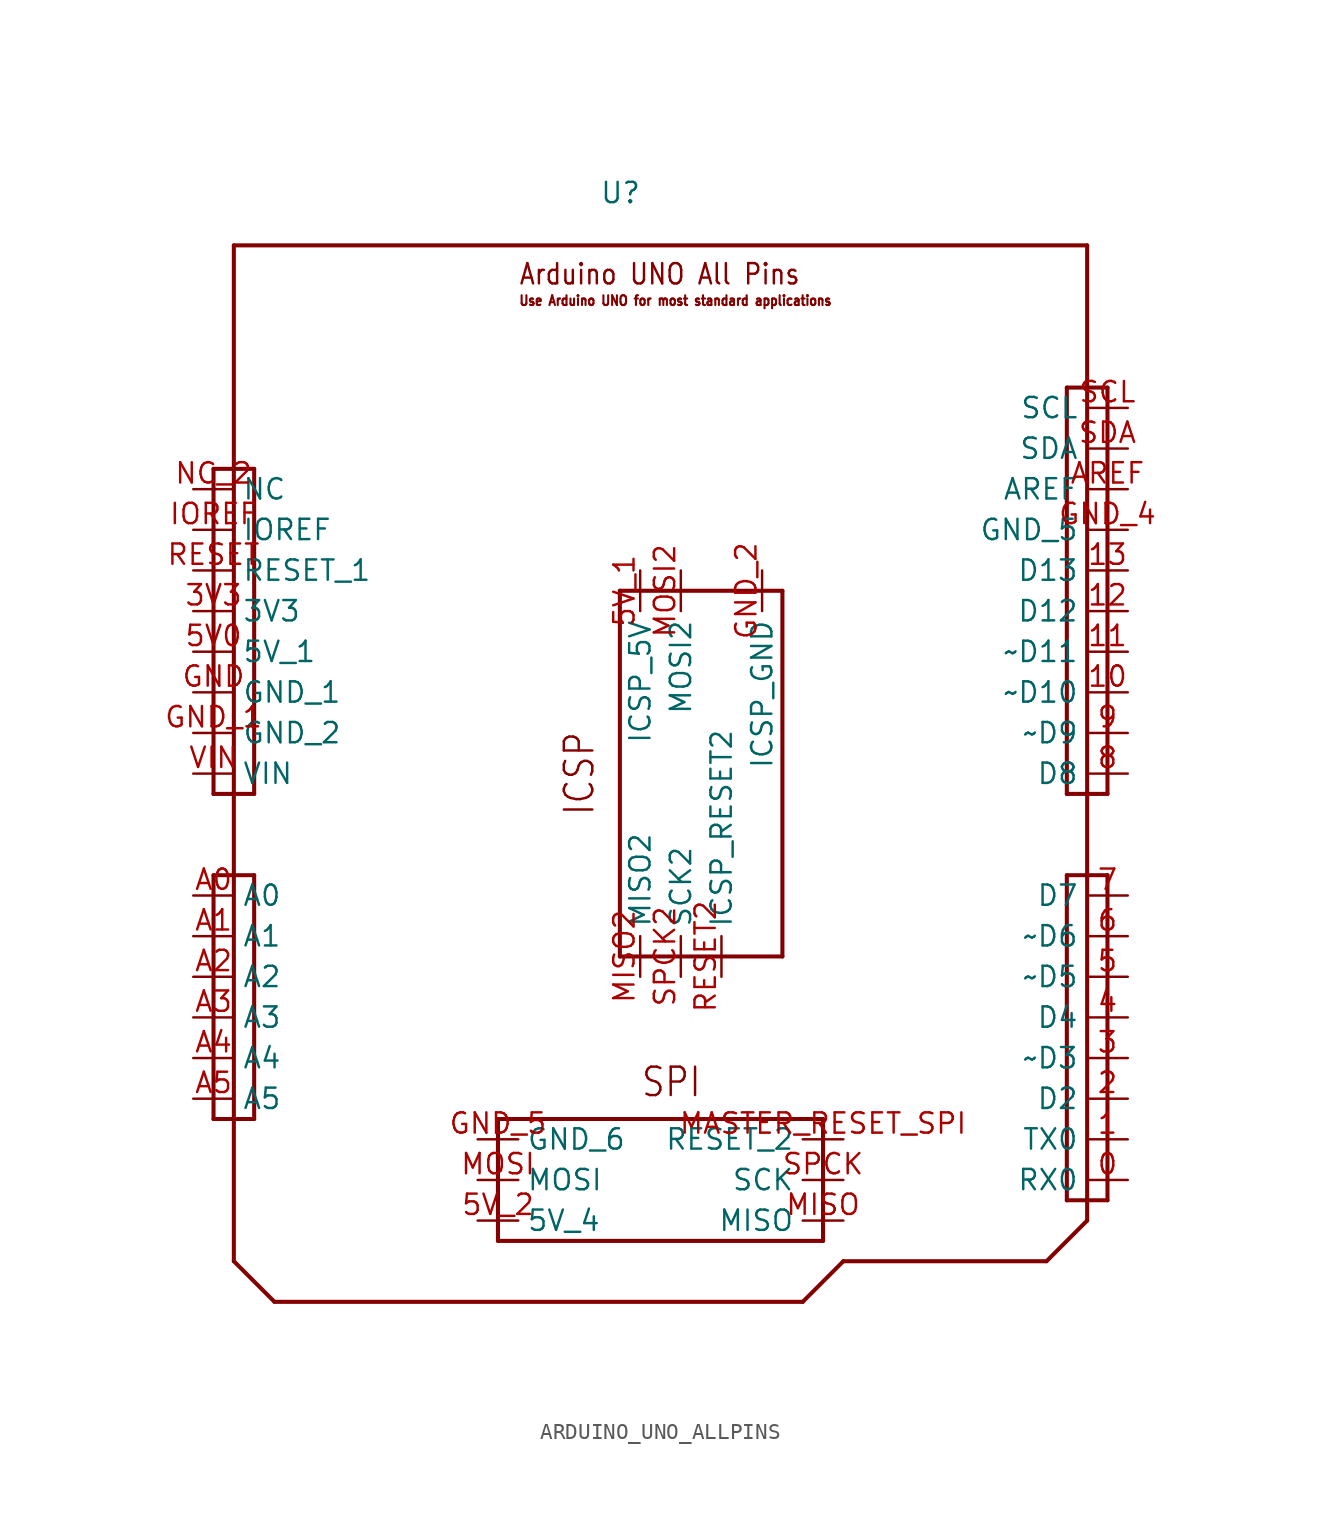
<source format=kicad_sym>
(kicad_symbol_lib
  (version 20211014)
  (generator kicad_symbol_editor)
  (symbol "ARDUINO_UNO_ALLPINS"
    (pin_names)
    (property "Reference" "U"
      (at 22.86 2.54 0)
      (effects (font (size 1.27 1.27)) (justify left bottom)))
    (property "Datasheet" ""
      (at 0 0 0))
    (property "ki_description" "https://content.arduino.cc/assets/Pinout-UNOrev3_latest.pdf?_gl=1*1jrqfnx*_ga*Mzk2NjQ1OTcxLjE2NDM5MTY1NTQ.*_ga_NEXN8H46L5*MTY0NDM0OTcxMy42LjEuMTY0NDM0OTcxNi4w "
      (at 0 0 0))
    (property "ki_fp_filters" "FlashPCB_DevBoards:ARDUINO_UNO_ALLPINS FlashPCB_DevBoards:ARDUINO_UNO_SHIELD_ALLPINS"
      (at 0 0 0))
    (symbol "ARDUINO_UNO_ALLPINS_1_1"
      (text "Arduino UNO All Pins" (at 17.78 -2.54 0) (effects (font (size 1.27 1.086)) (justify left bottom)))
      (text "SPI" (at 25.4 -53.34 0) (effects (font (size 1.778 1.52)) (justify left bottom)))
      (text "ICSP" (at 21.59 -33.02 900) (effects (font (size 1.778 1.52))))
      (text "Use Arduino UNO for most standard applications" (at 17.78 -3.81 0) (effects (font (size 0.61 0.521)) (justify left bottom)))
      (polyline (pts (xy -1.27 -39.37) (xy 1.27 -39.37)) (stroke (width 0.254)) (fill (type none)))
      (polyline (pts (xy 1.27 -39.37) (xy 1.27 -54.61)) (stroke (width 0.254)) (fill (type none)))
      (polyline (pts (xy 1.27 -54.61) (xy -1.27 -54.61)) (stroke (width 0.254)) (fill (type none)))
      (polyline (pts (xy -1.27 -54.61) (xy -1.27 -39.37)) (stroke (width 0.254)) (fill (type none)))
      (polyline (pts (xy 52.07 -39.37) (xy 54.61 -39.37)) (stroke (width 0.254)) (fill (type none)))
      (polyline (pts (xy 54.61 -39.37) (xy 54.61 -59.69)) (stroke (width 0.254)) (fill (type none)))
      (polyline (pts (xy 54.61 -59.69) (xy 52.07 -59.69)) (stroke (width 0.254)) (fill (type none)))
      (polyline (pts (xy 52.07 -59.69) (xy 52.07 -39.37)) (stroke (width 0.254)) (fill (type none)))
      (polyline (pts (xy -1.27 -13.97) (xy 1.27 -13.97)) (stroke (width 0.254)) (fill (type none)))
      (polyline (pts (xy 1.27 -13.97) (xy 1.27 -34.29)) (stroke (width 0.254)) (fill (type none)))
      (polyline (pts (xy 1.27 -34.29) (xy -1.27 -34.29)) (stroke (width 0.254)) (fill (type none)))
      (polyline (pts (xy -1.27 -34.29) (xy -1.27 -13.97)) (stroke (width 0.254)) (fill (type none)))
      (polyline (pts (xy 52.07 -8.89) (xy 54.61 -8.89)) (stroke (width 0.254)) (fill (type none)))
      (polyline (pts (xy 54.61 -8.89) (xy 54.61 -34.29)) (stroke (width 0.254)) (fill (type none)))
      (polyline (pts (xy 54.61 -34.29) (xy 52.07 -34.29)) (stroke (width 0.254)) (fill (type none)))
      (polyline (pts (xy 52.07 -34.29) (xy 52.07 -8.89)) (stroke (width 0.254)) (fill (type none)))
      (polyline (pts (xy 36.83 -54.61) (xy 36.83 -62.23)) (stroke (width 0.254)) (fill (type none)))
      (polyline (pts (xy 36.83 -62.23) (xy 16.51 -62.23)) (stroke (width 0.254)) (fill (type none)))
      (polyline (pts (xy 16.51 -62.23) (xy 16.51 -54.61)) (stroke (width 0.254)) (fill (type none)))
      (polyline (pts (xy 16.51 -54.61) (xy 36.83 -54.61)) (stroke (width 0.254)) (fill (type none)))
      (polyline (pts (xy 24.13 -21.59) (xy 34.29 -21.59)) (stroke (width 0.254)) (fill (type none)))
      (polyline (pts (xy 34.29 -21.59) (xy 34.29 -44.45)) (stroke (width 0.254)) (fill (type none)))
      (polyline (pts (xy 34.29 -44.45) (xy 24.13 -44.45)) (stroke (width 0.254)) (fill (type none)))
      (polyline (pts (xy 24.13 -44.45) (xy 24.13 -21.59)) (stroke (width 0.254)) (fill (type none)))
      (polyline (pts (xy 0 0) (xy 53.34 0)) (stroke (width 0.254)) (fill (type none)))
      (polyline (pts (xy 53.34 0) (xy 53.34 -60.96)) (stroke (width 0.254)) (fill (type none)))
      (polyline (pts (xy 53.34 -60.96) (xy 50.8 -63.5)) (stroke (width 0.254)) (fill (type none)))
      (polyline (pts (xy 50.8 -63.5) (xy 38.1 -63.5)) (stroke (width 0.254)) (fill (type none)))
      (polyline (pts (xy 38.1 -63.5) (xy 35.56 -66.04)) (stroke (width 0.254)) (fill (type none)))
      (polyline (pts (xy 35.56 -66.04) (xy 2.54 -66.04)) (stroke (width 0.254)) (fill (type none)))
      (polyline (pts (xy 2.54 -66.04) (xy 0 -63.5)) (stroke (width 0.254)) (fill (type none)))
      (polyline (pts (xy 0 -63.5) (xy 0 0)) (stroke (width 0.254)) (fill (type none)))
      (pin bidirectional line (at -2.54 -15.24 0) (length 2.54) (name "NC" (effects (font (size 1.27 1.27)))) (number "NC_2" (effects (font (size 1.27 1.27)))))
      (pin bidirectional line (at -2.54 -17.78 0) (length 2.54) (name "IOREF" (effects (font (size 1.27 1.27)))) (number "IOREF" (effects (font (size 1.27 1.27)))))
      (pin bidirectional line (at -2.54 -20.32 0) (length 2.54) (name "RESET_1" (effects (font (size 1.27 1.27)))) (number "RESET" (effects (font (size 1.27 1.27)))))
      (pin bidirectional line (at -2.54 -22.86 0) (length 2.54) (name "3V3" (effects (font (size 1.27 1.27)))) (number "3V3" (effects (font (size 1.27 1.27)))))
      (pin bidirectional line (at -2.54 -25.4 0) (length 2.54) (name "5V_1" (effects (font (size 1.27 1.27)))) (number "5V0" (effects (font (size 1.27 1.27)))))
      (pin bidirectional line (at -2.54 -27.94 0) (length 2.54) (name "GND_1" (effects (font (size 1.27 1.27)))) (number "GND" (effects (font (size 1.27 1.27)))))
      (pin bidirectional line (at -2.54 -30.48 0) (length 2.54) (name "GND_2" (effects (font (size 1.27 1.27)))) (number "GND_1" (effects (font (size 1.27 1.27)))))
      (pin bidirectional line (at -2.54 -33.02 0) (length 2.54) (name "VIN" (effects (font (size 1.27 1.27)))) (number "VIN" (effects (font (size 1.27 1.27)))))
      (pin bidirectional line (at -2.54 -40.64 0) (length 2.54) (name "A0" (effects (font (size 1.27 1.27)))) (number "A0" (effects (font (size 1.27 1.27)))))
      (pin bidirectional line (at -2.54 -43.18 0) (length 2.54) (name "A1" (effects (font (size 1.27 1.27)))) (number "A1" (effects (font (size 1.27 1.27)))))
      (pin bidirectional line (at -2.54 -45.72 0) (length 2.54) (name "A2" (effects (font (size 1.27 1.27)))) (number "A2" (effects (font (size 1.27 1.27)))))
      (pin bidirectional line (at -2.54 -48.26 0) (length 2.54) (name "A3" (effects (font (size 1.27 1.27)))) (number "A3" (effects (font (size 1.27 1.27)))))
      (pin bidirectional line (at -2.54 -50.8 0) (length 2.54) (name "A4" (effects (font (size 1.27 1.27)))) (number "A4" (effects (font (size 1.27 1.27)))))
      (pin bidirectional line (at -2.54 -53.34 0) (length 2.54) (name "A5" (effects (font (size 1.27 1.27)))) (number "A5" (effects (font (size 1.27 1.27)))))
      (pin bidirectional line (at 55.88 -58.42 180) (length 2.54) (name "RX0" (effects (font (size 1.27 1.27)))) (number "0" (effects (font (size 1.27 1.27)))))
      (pin bidirectional line (at 55.88 -55.88 180) (length 2.54) (name "TX0" (effects (font (size 1.27 1.27)))) (number "1" (effects (font (size 1.27 1.27)))))
      (pin bidirectional line (at 55.88 -53.34 180) (length 2.54) (name "D2" (effects (font (size 1.27 1.27)))) (number "2" (effects (font (size 1.27 1.27)))))
      (pin bidirectional line (at 55.88 -50.8 180) (length 2.54) (name "~D3" (effects (font (size 1.27 1.27)))) (number "3" (effects (font (size 1.27 1.27)))))
      (pin bidirectional line (at 55.88 -48.26 180) (length 2.54) (name "D4" (effects (font (size 1.27 1.27)))) (number "4" (effects (font (size 1.27 1.27)))))
      (pin bidirectional line (at 55.88 -45.72 180) (length 2.54) (name "~D5" (effects (font (size 1.27 1.27)))) (number "5" (effects (font (size 1.27 1.27)))))
      (pin bidirectional line (at 55.88 -43.18 180) (length 2.54) (name "~D6" (effects (font (size 1.27 1.27)))) (number "6" (effects (font (size 1.27 1.27)))))
      (pin bidirectional line (at 55.88 -40.64 180) (length 2.54) (name "D7" (effects (font (size 1.27 1.27)))) (number "7" (effects (font (size 1.27 1.27)))))
      (pin bidirectional line (at 55.88 -33.02 180) (length 2.54) (name "D8" (effects (font (size 1.27 1.27)))) (number "8" (effects (font (size 1.27 1.27)))))
      (pin bidirectional line (at 55.88 -30.48 180) (length 2.54) (name "~D9" (effects (font (size 1.27 1.27)))) (number "9" (effects (font (size 1.27 1.27)))))
      (pin bidirectional line (at 55.88 -27.94 180) (length 2.54) (name "~D10" (effects (font (size 1.27 1.27)))) (number "10" (effects (font (size 1.27 1.27)))))
      (pin bidirectional line (at 55.88 -25.4 180) (length 2.54) (name "~D11" (effects (font (size 1.27 1.27)))) (number "11" (effects (font (size 1.27 1.27)))))
      (pin bidirectional line (at 55.88 -22.86 180) (length 2.54) (name "D12" (effects (font (size 1.27 1.27)))) (number "12" (effects (font (size 1.27 1.27)))))
      (pin bidirectional line (at 55.88 -20.32 180) (length 2.54) (name "D13" (effects (font (size 1.27 1.27)))) (number "13" (effects (font (size 1.27 1.27)))))
      (pin bidirectional line (at 55.88 -17.78 180) (length 2.54) (name "GND_5" (effects (font (size 1.27 1.27)))) (number "GND_4" (effects (font (size 1.27 1.27)))))
      (pin bidirectional line (at 55.88 -15.24 180) (length 2.54) (name "AREF" (effects (font (size 1.27 1.27)))) (number "AREF" (effects (font (size 1.27 1.27)))))
      (pin bidirectional line (at 55.88 -12.7 180) (length 2.54) (name "SDA" (effects (font (size 1.27 1.27)))) (number "SDA" (effects (font (size 1.27 1.27)))))
      (pin bidirectional line (at 55.88 -10.16 180) (length 2.54) (name "SCL" (effects (font (size 1.27 1.27)))) (number "SCL" (effects (font (size 1.27 1.27)))))
      (pin bidirectional line (at 38.1 -55.88 180) (length 2.54) (name "RESET_2" (effects (font (size 1.27 1.27)))) (number "MASTER_RESET_SPI" (effects (font (size 1.27 1.27)))))
      (pin bidirectional line (at 15.24 -55.88 0) (length 2.54) (name "GND_6" (effects (font (size 1.27 1.27)))) (number "GND_5" (effects (font (size 1.27 1.27)))))
      (pin bidirectional line (at 15.24 -58.42 0) (length 2.54) (name "MOSI" (effects (font (size 1.27 1.27)))) (number "MOSI" (effects (font (size 1.27 1.27)))))
      (pin bidirectional line (at 38.1 -58.42 180) (length 2.54) (name "SCK" (effects (font (size 1.27 1.27)))) (number "SPCK" (effects (font (size 1.27 1.27)))))
      (pin bidirectional line (at 38.1 -60.96 180) (length 2.54) (name "MISO" (effects (font (size 1.27 1.27)))) (number "MISO" (effects (font (size 1.27 1.27)))))
      (pin bidirectional line (at 15.24 -60.96 0) (length 2.54) (name "5V_4" (effects (font (size 1.27 1.27)))) (number "5V_2" (effects (font (size 1.27 1.27)))))
      (pin power_out line (at 33.02 -20.32 270) (length 2.54) (name "ICSP_GND" (effects (font (size 1.27 1.27)))) (number "GND_2" (effects (font (size 1.27 1.27)))))
      (pin power_out line (at 27.94 -20.32 270) (length 2.54) (name "MOSI2" (effects (font (size 1.27 1.27)))) (number "MOSI2" (effects (font (size 1.27 1.27)))))
      (pin power_out line (at 25.4 -20.32 270) (length 2.54) (name "ICSP_5V" (effects (font (size 1.27 1.27)))) (number "5V_1" (effects (font (size 1.27 1.27)))))
      (pin power_out line (at 30.48 -45.72 90) (length 2.54) (name "ICSP_RESET2" (effects (font (size 1.27 1.27)))) (number "RESET2" (effects (font (size 1.27 1.27)))))
      (pin power_out line (at 27.94 -45.72 90) (length 2.54) (name "SCK2" (effects (font (size 1.27 1.27)))) (number "SPCK2" (effects (font (size 1.27 1.27)))))
      (pin power_out line (at 25.4 -45.72 90) (length 2.54) (name "MISO2" (effects (font (size 1.27 1.27)))) (number "MISO2" (effects (font (size 1.27 1.27))))))))
</source>
